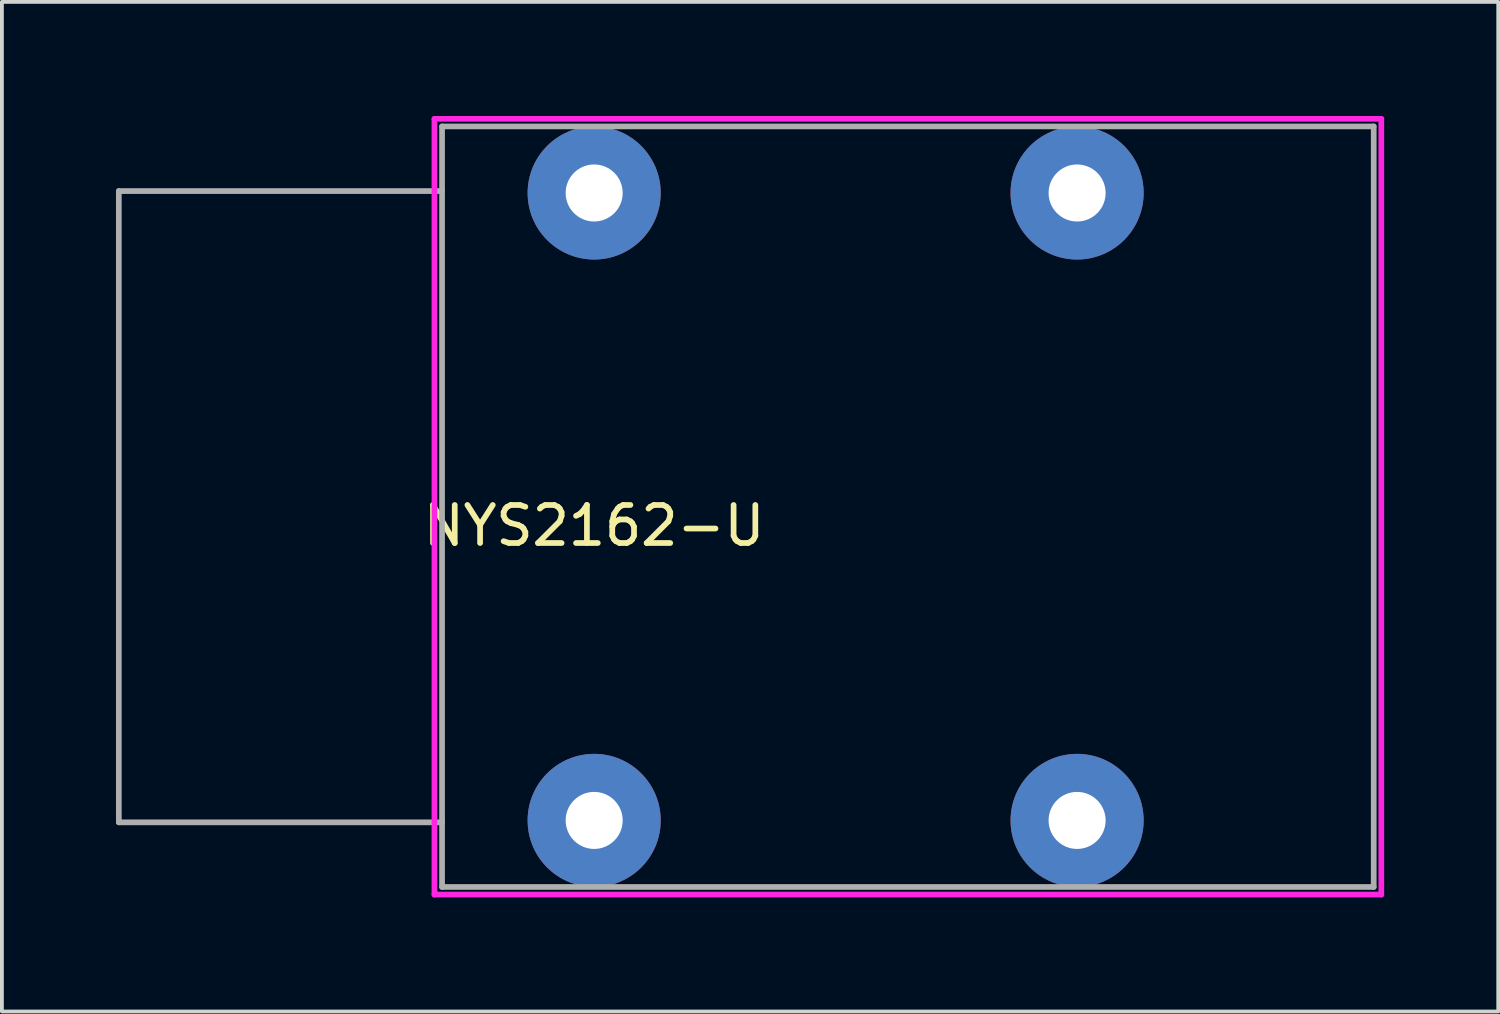
<source format=kicad_pcb>
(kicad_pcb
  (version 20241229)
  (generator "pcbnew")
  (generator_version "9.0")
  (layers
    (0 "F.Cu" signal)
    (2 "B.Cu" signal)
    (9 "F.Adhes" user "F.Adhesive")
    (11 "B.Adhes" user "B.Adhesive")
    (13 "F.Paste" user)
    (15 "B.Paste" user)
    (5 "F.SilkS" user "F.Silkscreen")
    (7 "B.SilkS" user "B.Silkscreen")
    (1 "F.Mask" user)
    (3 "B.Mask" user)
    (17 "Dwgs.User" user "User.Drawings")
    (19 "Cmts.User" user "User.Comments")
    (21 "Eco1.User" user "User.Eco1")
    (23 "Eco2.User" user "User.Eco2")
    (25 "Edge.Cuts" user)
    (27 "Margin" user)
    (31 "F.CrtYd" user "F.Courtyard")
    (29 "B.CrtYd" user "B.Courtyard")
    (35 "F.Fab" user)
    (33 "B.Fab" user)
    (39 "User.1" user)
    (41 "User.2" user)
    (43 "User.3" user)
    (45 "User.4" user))
  (footprint "NYS2162-U"
    (layer "F.Cu")
    (at 12.575 10.275)
    (property "Reference" "NYS2162-U" (at 0 0.5 0) (layer "F.SilkS") (effects (font (size 1 1) (thickness 0.15))))
    (attr through_hole)
    (fp_line (start -4.2 -10.2) (end 20.7 -10.2) (stroke (width 0.15) (type solid)) (layer "F.CrtYd"))
    (fp_line (start -4.2 10.2) (end -4.2 -10.2) (stroke (width 0.15) (type solid)) (layer "F.CrtYd"))
    (fp_line (start 20.7 -10.2) (end 20.7 10.2) (stroke (width 0.15) (type solid)) (layer "F.CrtYd"))
    (fp_line (start 20.7 10.2) (end -4.2 10.2) (stroke (width 0.15) (type solid)) (layer "F.CrtYd"))
    (fp_line (start -12.5 -8.3) (end -12.5 8.3) (stroke (width 0.15) (type solid)) (layer "F.Fab"))
    (fp_line (start -12.5 8.3) (end -4 8.3) (stroke (width 0.15) (type solid)) (layer "F.Fab"))
    (fp_line (start -4 -10) (end -4 10) (stroke (width 0.15) (type solid)) (layer "F.Fab"))
    (fp_line (start -4 -8.3) (end -12.5 -8.3) (stroke (width 0.15) (type solid)) (layer "F.Fab"))
    (fp_line (start -4 10) (end 20.5 10) (stroke (width 0.15) (type solid)) (layer "F.Fab"))
    (fp_line (start 20.5 -10) (end -4 -10) (stroke (width 0.15) (type solid)) (layer "F.Fab"))
    (fp_line (start 20.5 10) (end 20.5 -10) (stroke (width 0.15) (type solid)) (layer "F.Fab"))
    (pad "S" thru_hole circle (at 0 -8.25) (size 3.5 3.5) (drill 1.5) (layers "*.Cu" "*.Mask"))
    (pad "S" thru_hole circle (at 0 8.25) (size 3.5 3.5) (drill 1.5) (layers "*.Cu" "*.Mask"))
    (pad "T" thru_hole circle (at 12.7 -8.25) (size 3.5 3.5) (drill 1.5) (layers "*.Cu" "*.Mask"))
    (pad "T" thru_hole circle (at 12.7 8.25) (size 3.5 3.5) (drill 1.5) (layers "*.Cu" "*.Mask")))
  (gr_rect
    (start -3 -3)
    (end 36.35 23.55)
    (stroke (width 0.1) (type default))
    (fill no)
    (layer "Edge.Cuts")))
</source>
